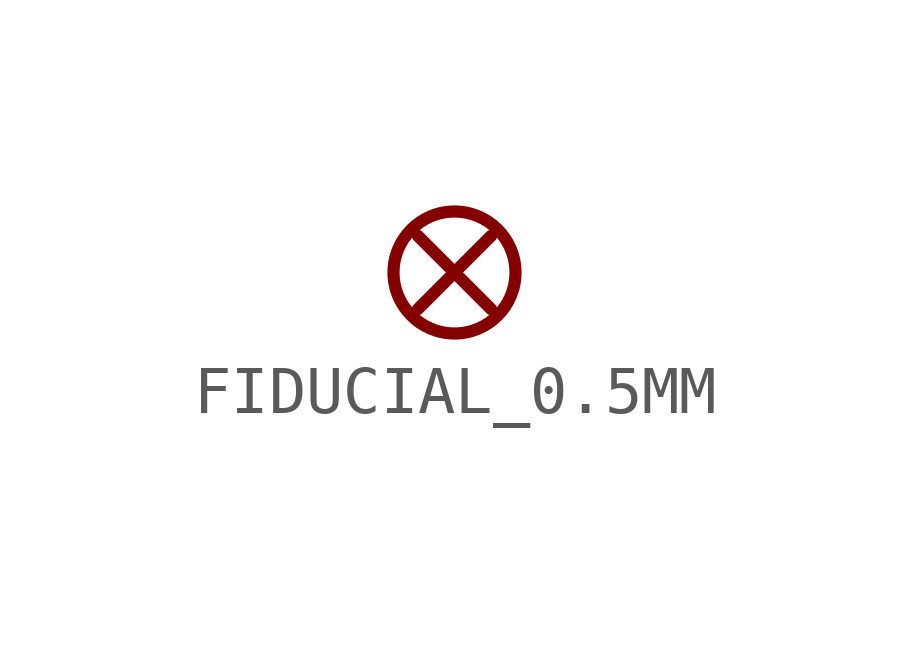
<source format=kicad_sym>
(kicad_symbol_lib
  (version 20231120)
  (generator "kicad_symbol_editor")
  (generator_version "8.0")
  (symbol "FIDUCIAL_0.5MM"
    (property "Reference" "FID"
      (at 0 0 0)
      (effects (font (size 1.27 1.27)) (hide yes)))
    (property "ki_locked" ""
      (at 0 0 0)
      (effects (font (size 1.27 1.27))))
    (symbol "FIDUCIAL_0.5MM_1_0"
      (polyline (pts (xy -0.762 0.762) (xy 0.762 -0.762)) (stroke (width 0.254) (type solid)) (fill (type none)))
      (polyline (pts (xy 0.762 0.762) (xy -0.762 -0.762)) (stroke (width 0.254) (type solid)) (fill (type none)))
      (circle (center 0 0) (radius 1.27) (stroke (width 0.254) (type solid)) (fill (type none))))))
</source>
